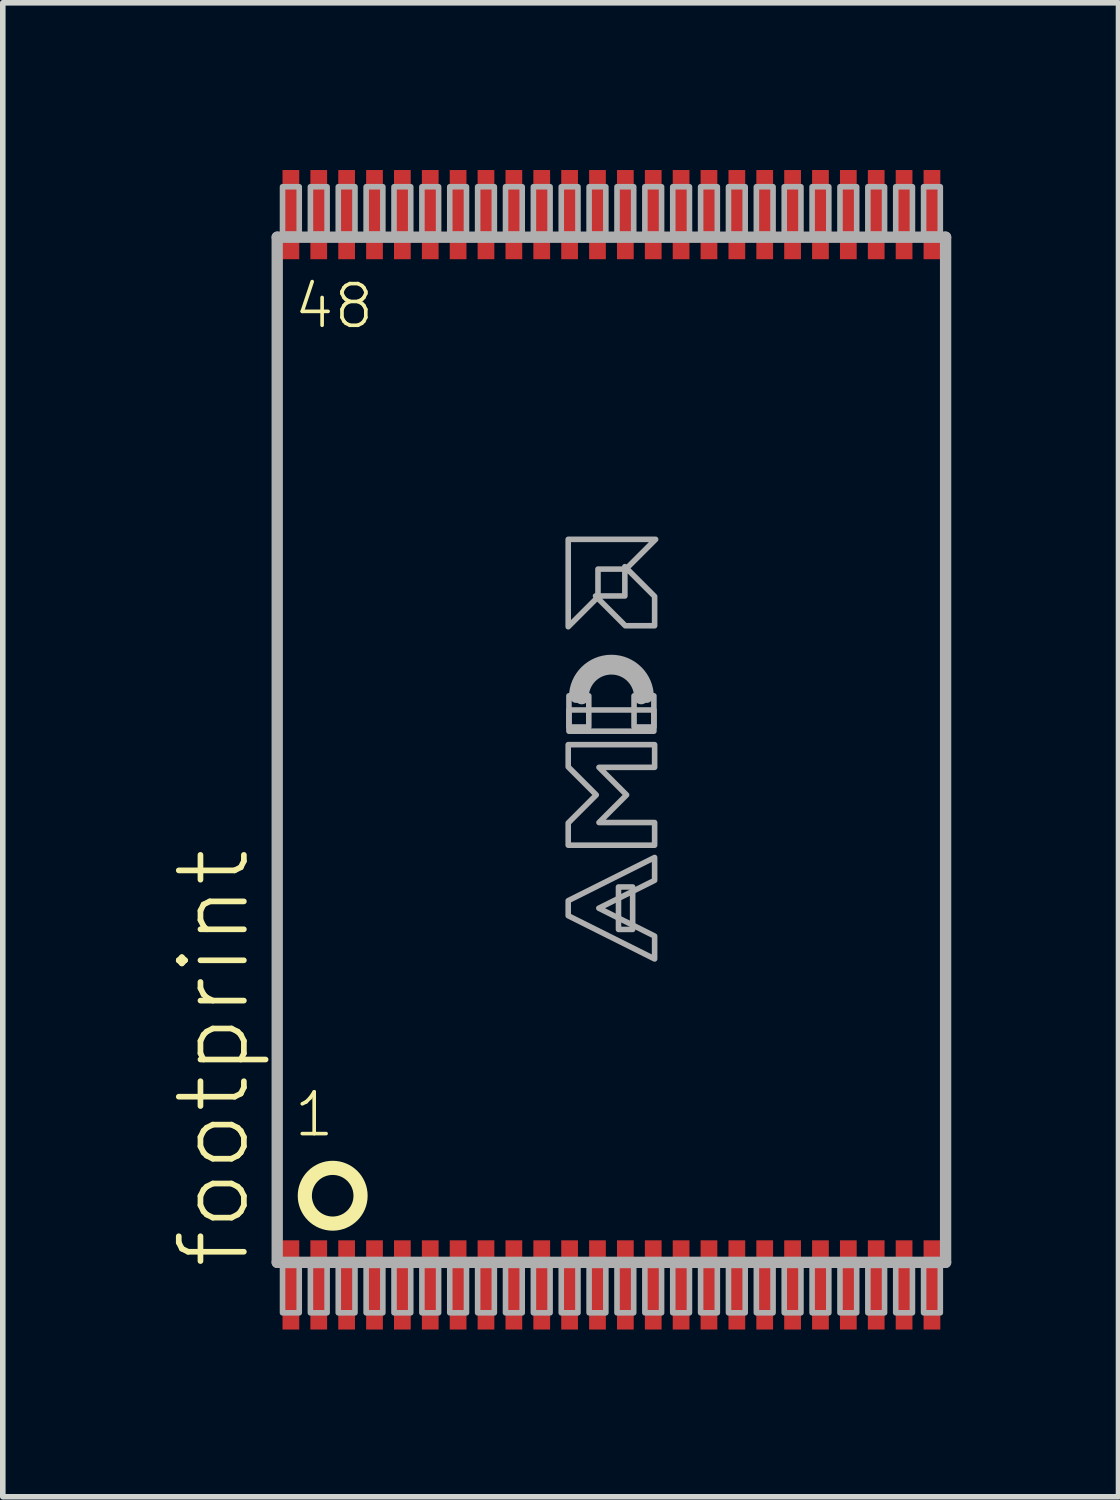
<source format=kicad_pcb>
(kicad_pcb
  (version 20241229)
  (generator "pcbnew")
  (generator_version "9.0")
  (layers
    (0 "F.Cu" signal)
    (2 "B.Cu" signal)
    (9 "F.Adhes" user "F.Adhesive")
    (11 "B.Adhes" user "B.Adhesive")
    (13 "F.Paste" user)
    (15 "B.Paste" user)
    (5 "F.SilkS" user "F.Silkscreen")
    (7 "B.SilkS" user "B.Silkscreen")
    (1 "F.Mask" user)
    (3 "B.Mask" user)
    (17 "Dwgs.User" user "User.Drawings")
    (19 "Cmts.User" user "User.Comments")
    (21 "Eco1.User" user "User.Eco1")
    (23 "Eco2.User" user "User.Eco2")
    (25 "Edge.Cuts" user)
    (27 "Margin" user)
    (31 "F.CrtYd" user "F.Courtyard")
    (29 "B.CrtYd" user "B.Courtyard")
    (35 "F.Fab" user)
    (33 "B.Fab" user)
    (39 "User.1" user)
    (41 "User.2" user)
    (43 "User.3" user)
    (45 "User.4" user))
  (footprint "footprint"
    (layer "F.Cu")
    (at 7.918 10.4)
    (property "Reference" "footprint" (at -6.445 9.35 90) (layer "F.SilkS") (effects (font (size 1.168 1.168) (thickness 0.102)) (justify left bottom)))
    (fp_circle (center -5 8) (end -4.5 8) (stroke (width 0.254) (type solid)) (fill no) (layer "F.SilkS"))
    (fp_line (start -5.995 -9.195) (end 5.995 -9.195) (stroke (width 0.203) (type solid)) (layer "F.Fab"))
    (fp_line (start -5.995 9.195) (end -5.995 -9.195) (stroke (width 0.203) (type solid)) (layer "F.Fab"))
    (fp_line (start 5.995 -9.195) (end 5.995 9.195) (stroke (width 0.203) (type solid)) (layer "F.Fab"))
    (fp_line (start 5.995 9.195) (end -5.995 9.195) (stroke (width 0.203) (type solid)) (layer "F.Fab"))
    (fp_arc (start -0.7366 -0.9426) (mid 0 -1.6792) (end 0.7366 -0.9426) (stroke (width 0.0508) (type solid)) (layer "F.Fab"))
    (fp_arc (start -0.635 -0.9426) (mid 0 -1.5776) (end 0.635 -0.9426) (stroke (width 0.2032) (type solid)) (layer "F.Fab"))
    (fp_arc (start -0.5334 -0.9426) (mid 0 -1.476) (end 0.5334 -0.9426) (stroke (width 0.254) (type solid)) (layer "F.Fab"))
    (fp_poly (pts (xy -5.9 -9.25) (xy -5.6 -9.25) (xy -5.6 -10.1) (xy -5.9 -10.1)) (stroke (width 0.1) (type solid)) (fill no) (layer "F.Fab"))
    (fp_poly (pts (xy -5.9 10.1) (xy -5.6 10.1) (xy -5.6 9.25) (xy -5.9 9.25)) (stroke (width 0.1) (type solid)) (fill no) (layer "F.Fab"))
    (fp_poly (pts (xy -5.4 -9.25) (xy -5.1 -9.25) (xy -5.1 -10.1) (xy -5.4 -10.1)) (stroke (width 0.1) (type solid)) (fill no) (layer "F.Fab"))
    (fp_poly (pts (xy -5.4 10.1) (xy -5.1 10.1) (xy -5.1 9.25) (xy -5.4 9.25)) (stroke (width 0.1) (type solid)) (fill no) (layer "F.Fab"))
    (fp_poly (pts (xy -4.9 -9.25) (xy -4.6 -9.25) (xy -4.6 -10.1) (xy -4.9 -10.1)) (stroke (width 0.1) (type solid)) (fill no) (layer "F.Fab"))
    (fp_poly (pts (xy -4.9 10.1) (xy -4.6 10.1) (xy -4.6 9.25) (xy -4.9 9.25)) (stroke (width 0.1) (type solid)) (fill no) (layer "F.Fab"))
    (fp_poly (pts (xy -4.4 -9.25) (xy -4.1 -9.25) (xy -4.1 -10.1) (xy -4.4 -10.1)) (stroke (width 0.1) (type solid)) (fill no) (layer "F.Fab"))
    (fp_poly (pts (xy -4.4 10.1) (xy -4.1 10.1) (xy -4.1 9.25) (xy -4.4 9.25)) (stroke (width 0.1) (type solid)) (fill no) (layer "F.Fab"))
    (fp_poly (pts (xy -3.9 -9.25) (xy -3.6 -9.25) (xy -3.6 -10.1) (xy -3.9 -10.1)) (stroke (width 0.1) (type solid)) (fill no) (layer "F.Fab"))
    (fp_poly (pts (xy -3.9 10.1) (xy -3.6 10.1) (xy -3.6 9.25) (xy -3.9 9.25)) (stroke (width 0.1) (type solid)) (fill no) (layer "F.Fab"))
    (fp_poly (pts (xy -3.4 -9.25) (xy -3.1 -9.25) (xy -3.1 -10.1) (xy -3.4 -10.1)) (stroke (width 0.1) (type solid)) (fill no) (layer "F.Fab"))
    (fp_poly (pts (xy -3.4 10.1) (xy -3.1 10.1) (xy -3.1 9.25) (xy -3.4 9.25)) (stroke (width 0.1) (type solid)) (fill no) (layer "F.Fab"))
    (fp_poly (pts (xy -2.9 -9.25) (xy -2.6 -9.25) (xy -2.6 -10.1) (xy -2.9 -10.1)) (stroke (width 0.1) (type solid)) (fill no) (layer "F.Fab"))
    (fp_poly (pts (xy -2.9 10.1) (xy -2.6 10.1) (xy -2.6 9.25) (xy -2.9 9.25)) (stroke (width 0.1) (type solid)) (fill no) (layer "F.Fab"))
    (fp_poly (pts (xy -2.4 -9.25) (xy -2.1 -9.25) (xy -2.1 -10.1) (xy -2.4 -10.1)) (stroke (width 0.1) (type solid)) (fill no) (layer "F.Fab"))
    (fp_poly (pts (xy -2.4 10.1) (xy -2.1 10.1) (xy -2.1 9.25) (xy -2.4 9.25)) (stroke (width 0.1) (type solid)) (fill no) (layer "F.Fab"))
    (fp_poly (pts (xy -1.9 -9.25) (xy -1.6 -9.25) (xy -1.6 -10.1) (xy -1.9 -10.1)) (stroke (width 0.1) (type solid)) (fill no) (layer "F.Fab"))
    (fp_poly (pts (xy -1.9 10.1) (xy -1.6 10.1) (xy -1.6 9.25) (xy -1.9 9.25)) (stroke (width 0.1) (type solid)) (fill no) (layer "F.Fab"))
    (fp_poly (pts (xy -1.4 -9.25) (xy -1.1 -9.25) (xy -1.1 -10.1) (xy -1.4 -10.1)) (stroke (width 0.1) (type solid)) (fill no) (layer "F.Fab"))
    (fp_poly (pts (xy -1.4 10.1) (xy -1.1 10.1) (xy -1.1 9.25) (xy -1.4 9.25)) (stroke (width 0.1) (type solid)) (fill no) (layer "F.Fab"))
    (fp_poly (pts (xy -0.9 -9.25) (xy -0.6 -9.25) (xy -0.6 -10.1) (xy -0.9 -10.1)) (stroke (width 0.1) (type solid)) (fill no) (layer "F.Fab"))
    (fp_poly (pts (xy -0.9 10.1) (xy -0.6 10.1) (xy -0.6 9.25) (xy -0.9 9.25)) (stroke (width 0.1) (type solid)) (fill no) (layer "F.Fab"))
    (fp_poly (pts (xy -0.762 -0.409) (xy -0.406 -0.409) (xy -0.406 -0.968) (xy -0.762 -0.968)) (stroke (width 0.1) (type solid)) (fill no) (layer "F.Fab"))
    (fp_poly (pts (xy -0.762 -0.333) (xy 0.762 -0.333) (xy 0.762 -0.714) (xy -0.762 -0.714)) (stroke (width 0.1) (type solid)) (fill no) (layer "F.Fab"))
    (fp_poly (pts (xy -0.4 -9.25) (xy -0.1 -9.25) (xy -0.1 -10.1) (xy -0.4 -10.1)) (stroke (width 0.1) (type solid)) (fill no) (layer "F.Fab"))
    (fp_poly (pts (xy -0.4 10.1) (xy -0.1 10.1) (xy -0.1 9.25) (xy -0.4 9.25)) (stroke (width 0.1) (type solid)) (fill no) (layer "F.Fab"))
    (fp_poly (pts (xy 0.1 -9.25) (xy 0.4 -9.25) (xy 0.4 -10.1) (xy 0.1 -10.1)) (stroke (width 0.1) (type solid)) (fill no) (layer "F.Fab"))
    (fp_poly (pts (xy 0.1 10.1) (xy 0.4 10.1) (xy 0.4 9.25) (xy 0.1 9.25)) (stroke (width 0.1) (type solid)) (fill no) (layer "F.Fab"))
    (fp_poly (pts (xy 0.127 3.223) (xy 0.381 3.223) (xy 0.381 2.461) (xy 0.127 2.461)) (stroke (width 0.1) (type solid)) (fill no) (layer "F.Fab"))
    (fp_poly (pts (xy 0.406 -0.409) (xy 0.762 -0.409) (xy 0.762 -0.968) (xy 0.406 -0.968)) (stroke (width 0.1) (type solid)) (fill no) (layer "F.Fab"))
    (fp_poly (pts (xy 0.6 -9.25) (xy 0.9 -9.25) (xy 0.9 -10.1) (xy 0.6 -10.1)) (stroke (width 0.1) (type solid)) (fill no) (layer "F.Fab"))
    (fp_poly (pts (xy 0.6 10.1) (xy 0.9 10.1) (xy 0.9 9.25) (xy 0.6 9.25)) (stroke (width 0.1) (type solid)) (fill no) (layer "F.Fab"))
    (fp_poly (pts (xy 1.1 -9.25) (xy 1.4 -9.25) (xy 1.4 -10.1) (xy 1.1 -10.1)) (stroke (width 0.1) (type solid)) (fill no) (layer "F.Fab"))
    (fp_poly (pts (xy 1.1 10.1) (xy 1.4 10.1) (xy 1.4 9.25) (xy 1.1 9.25)) (stroke (width 0.1) (type solid)) (fill no) (layer "F.Fab"))
    (fp_poly (pts (xy 1.6 -9.25) (xy 1.9 -9.25) (xy 1.9 -10.1) (xy 1.6 -10.1)) (stroke (width 0.1) (type solid)) (fill no) (layer "F.Fab"))
    (fp_poly (pts (xy 1.6 10.1) (xy 1.9 10.1) (xy 1.9 9.25) (xy 1.6 9.25)) (stroke (width 0.1) (type solid)) (fill no) (layer "F.Fab"))
    (fp_poly (pts (xy 2.1 -9.25) (xy 2.4 -9.25) (xy 2.4 -10.1) (xy 2.1 -10.1)) (stroke (width 0.1) (type solid)) (fill no) (layer "F.Fab"))
    (fp_poly (pts (xy 2.1 10.1) (xy 2.4 10.1) (xy 2.4 9.25) (xy 2.1 9.25)) (stroke (width 0.1) (type solid)) (fill no) (layer "F.Fab"))
    (fp_poly (pts (xy 2.6 -9.25) (xy 2.9 -9.25) (xy 2.9 -10.1) (xy 2.6 -10.1)) (stroke (width 0.1) (type solid)) (fill no) (layer "F.Fab"))
    (fp_poly (pts (xy 2.6 10.1) (xy 2.9 10.1) (xy 2.9 9.25) (xy 2.6 9.25)) (stroke (width 0.1) (type solid)) (fill no) (layer "F.Fab"))
    (fp_poly (pts (xy 3.1 -9.25) (xy 3.4 -9.25) (xy 3.4 -10.1) (xy 3.1 -10.1)) (stroke (width 0.1) (type solid)) (fill no) (layer "F.Fab"))
    (fp_poly (pts (xy 3.1 10.1) (xy 3.4 10.1) (xy 3.4 9.25) (xy 3.1 9.25)) (stroke (width 0.1) (type solid)) (fill no) (layer "F.Fab"))
    (fp_poly (pts (xy 3.6 -9.25) (xy 3.9 -9.25) (xy 3.9 -10.1) (xy 3.6 -10.1)) (stroke (width 0.1) (type solid)) (fill no) (layer "F.Fab"))
    (fp_poly (pts (xy 3.6 10.1) (xy 3.9 10.1) (xy 3.9 9.25) (xy 3.6 9.25)) (stroke (width 0.1) (type solid)) (fill no) (layer "F.Fab"))
    (fp_poly (pts (xy 4.1 -9.25) (xy 4.4 -9.25) (xy 4.4 -10.1) (xy 4.1 -10.1)) (stroke (width 0.1) (type solid)) (fill no) (layer "F.Fab"))
    (fp_poly (pts (xy 4.1 10.1) (xy 4.4 10.1) (xy 4.4 9.25) (xy 4.1 9.25)) (stroke (width 0.1) (type solid)) (fill no) (layer "F.Fab"))
    (fp_poly (pts (xy 4.6 -9.25) (xy 4.9 -9.25) (xy 4.9 -10.1) (xy 4.6 -10.1)) (stroke (width 0.1) (type solid)) (fill no) (layer "F.Fab"))
    (fp_poly (pts (xy 4.6 10.1) (xy 4.9 10.1) (xy 4.9 9.25) (xy 4.6 9.25)) (stroke (width 0.1) (type solid)) (fill no) (layer "F.Fab"))
    (fp_poly (pts (xy 5.1 -9.25) (xy 5.4 -9.25) (xy 5.4 -10.1) (xy 5.1 -10.1)) (stroke (width 0.1) (type solid)) (fill no) (layer "F.Fab"))
    (fp_poly (pts (xy 5.1 10.1) (xy 5.4 10.1) (xy 5.4 9.25) (xy 5.1 9.25)) (stroke (width 0.1) (type solid)) (fill no) (layer "F.Fab"))
    (fp_poly (pts (xy 5.6 -9.25) (xy 5.9 -9.25) (xy 5.9 -10.1) (xy 5.6 -10.1)) (stroke (width 0.1) (type solid)) (fill no) (layer "F.Fab"))
    (fp_poly (pts (xy 5.6 10.1) (xy 5.9 10.1) (xy 5.9 9.25) (xy 5.6 9.25)) (stroke (width 0.1) (type solid)) (fill no) (layer "F.Fab"))
    (fp_poly (pts (xy 0.259 -3.241) (xy -0.241 -3.241) (xy -0.241 -2.741) (xy -0.775 -2.207) (xy -0.775 -3.775) (xy 0.793 -3.775)) (stroke (width 0.1) (type solid)) (fill no) (layer "F.Fab"))
    (fp_poly (pts (xy 0.775 -2.751) (xy 0.775 -2.225) (xy 0.249 -2.225) (xy -0.285 -2.759) (xy 0.241 -2.759) (xy 0.241 -3.285)) (stroke (width 0.1) (type solid)) (fill no) (layer "F.Fab"))
    (fp_poly (pts (xy 0.775 2.342) (xy -0.226 2.842) (xy 0.775 3.342) (xy 0.775 3.752) (xy -0.775 2.977) (xy -0.775 2.707) (xy 0.775 1.932)) (stroke (width 0.1) (type solid)) (fill no) (layer "F.Fab"))
    (fp_poly (pts (xy 0.775 0.315) (xy -0.223 0.315) (xy 0.272 0.81) (xy -0.223 1.305) (xy 0.775 1.305) (xy 0.775 1.712) (xy -0.775 1.712) (xy -0.775 1.313) (xy -0.272 0.81) (xy -0.775 0.307) (xy -0.775 -0.092) (xy 0.775 -0.092)) (stroke (width 0.1) (type solid)) (fill no) (layer "F.Fab"))
    (fp_text user "48" (at -5.731 -7.52 0) (layer "F.SilkS") (effects (font (size 0.748 0.748) (thickness 0.065)) (justify left bottom)))
    (fp_text user "1" (at -5.731 6.98 0) (layer "F.SilkS") (effects (font (size 0.748 0.748) (thickness 0.065)) (justify left bottom)))
    (pad "1" smd rect (at -5.75 9.6) (size 0.3 1.6) (layers "F.Cu" "F.Mask" "F.Paste"))
    (pad "2" smd rect (at -5.25 9.6) (size 0.3 1.6) (layers "F.Cu" "F.Mask" "F.Paste"))
    (pad "3" smd rect (at -4.75 9.6) (size 0.3 1.6) (layers "F.Cu" "F.Mask" "F.Paste"))
    (pad "4" smd rect (at -4.25 9.6) (size 0.3 1.6) (layers "F.Cu" "F.Mask" "F.Paste"))
    (pad "5" smd rect (at -3.75 9.6) (size 0.3 1.6) (layers "F.Cu" "F.Mask" "F.Paste"))
    (pad "6" smd rect (at -3.25 9.6) (size 0.3 1.6) (layers "F.Cu" "F.Mask" "F.Paste"))
    (pad "7" smd rect (at -2.75 9.6) (size 0.3 1.6) (layers "F.Cu" "F.Mask" "F.Paste"))
    (pad "8" smd rect (at -2.25 9.6) (size 0.3 1.6) (layers "F.Cu" "F.Mask" "F.Paste"))
    (pad "9" smd rect (at -1.75 9.6) (size 0.3 1.6) (layers "F.Cu" "F.Mask" "F.Paste"))
    (pad "10" smd rect (at -1.25 9.6) (size 0.3 1.6) (layers "F.Cu" "F.Mask" "F.Paste"))
    (pad "11" smd rect (at -0.75 9.6) (size 0.3 1.6) (layers "F.Cu" "F.Mask" "F.Paste"))
    (pad "12" smd rect (at -0.25 9.6) (size 0.3 1.6) (layers "F.Cu" "F.Mask" "F.Paste"))
    (pad "13" smd rect (at 0.25 9.6) (size 0.3 1.6) (layers "F.Cu" "F.Mask" "F.Paste"))
    (pad "14" smd rect (at 0.75 9.6) (size 0.3 1.6) (layers "F.Cu" "F.Mask" "F.Paste"))
    (pad "15" smd rect (at 1.25 9.6) (size 0.3 1.6) (layers "F.Cu" "F.Mask" "F.Paste"))
    (pad "16" smd rect (at 1.75 9.6) (size 0.3 1.6) (layers "F.Cu" "F.Mask" "F.Paste"))
    (pad "17" smd rect (at 2.25 9.6) (size 0.3 1.6) (layers "F.Cu" "F.Mask" "F.Paste"))
    (pad "18" smd rect (at 2.75 9.6) (size 0.3 1.6) (layers "F.Cu" "F.Mask" "F.Paste"))
    (pad "19" smd rect (at 3.25 9.6) (size 0.3 1.6) (layers "F.Cu" "F.Mask" "F.Paste"))
    (pad "20" smd rect (at 3.75 9.6) (size 0.3 1.6) (layers "F.Cu" "F.Mask" "F.Paste"))
    (pad "21" smd rect (at 4.25 9.6) (size 0.3 1.6) (layers "F.Cu" "F.Mask" "F.Paste"))
    (pad "22" smd rect (at 4.75 9.6) (size 0.3 1.6) (layers "F.Cu" "F.Mask" "F.Paste"))
    (pad "23" smd rect (at 5.25 9.6) (size 0.3 1.6) (layers "F.Cu" "F.Mask" "F.Paste"))
    (pad "24" smd rect (at 5.75 9.6) (size 0.3 1.6) (layers "F.Cu" "F.Mask" "F.Paste"))
    (pad "25" smd rect (at 5.75 -9.6) (size 0.3 1.6) (layers "F.Cu" "F.Mask" "F.Paste"))
    (pad "26" smd rect (at 5.25 -9.6) (size 0.3 1.6) (layers "F.Cu" "F.Mask" "F.Paste"))
    (pad "27" smd rect (at 4.75 -9.6) (size 0.3 1.6) (layers "F.Cu" "F.Mask" "F.Paste"))
    (pad "28" smd rect (at 4.25 -9.6) (size 0.3 1.6) (layers "F.Cu" "F.Mask" "F.Paste"))
    (pad "29" smd rect (at 3.75 -9.6) (size 0.3 1.6) (layers "F.Cu" "F.Mask" "F.Paste"))
    (pad "30" smd rect (at 3.25 -9.6) (size 0.3 1.6) (layers "F.Cu" "F.Mask" "F.Paste"))
    (pad "31" smd rect (at 2.75 -9.6) (size 0.3 1.6) (layers "F.Cu" "F.Mask" "F.Paste"))
    (pad "32" smd rect (at 2.25 -9.6) (size 0.3 1.6) (layers "F.Cu" "F.Mask" "F.Paste"))
    (pad "33" smd rect (at 1.75 -9.6) (size 0.3 1.6) (layers "F.Cu" "F.Mask" "F.Paste"))
    (pad "34" smd rect (at 1.25 -9.6) (size 0.3 1.6) (layers "F.Cu" "F.Mask" "F.Paste"))
    (pad "35" smd rect (at 0.75 -9.6) (size 0.3 1.6) (layers "F.Cu" "F.Mask" "F.Paste"))
    (pad "36" smd rect (at 0.25 -9.6) (size 0.3 1.6) (layers "F.Cu" "F.Mask" "F.Paste"))
    (pad "37" smd rect (at -0.25 -9.6) (size 0.3 1.6) (layers "F.Cu" "F.Mask" "F.Paste"))
    (pad "38" smd rect (at -0.75 -9.6) (size 0.3 1.6) (layers "F.Cu" "F.Mask" "F.Paste"))
    (pad "39" smd rect (at -1.25 -9.6) (size 0.3 1.6) (layers "F.Cu" "F.Mask" "F.Paste"))
    (pad "40" smd rect (at -1.75 -9.6) (size 0.3 1.6) (layers "F.Cu" "F.Mask" "F.Paste"))
    (pad "41" smd rect (at -2.25 -9.6) (size 0.3 1.6) (layers "F.Cu" "F.Mask" "F.Paste"))
    (pad "42" smd rect (at -2.75 -9.6) (size 0.3 1.6) (layers "F.Cu" "F.Mask" "F.Paste"))
    (pad "43" smd rect (at -3.25 -9.6) (size 0.3 1.6) (layers "F.Cu" "F.Mask" "F.Paste"))
    (pad "44" smd rect (at -3.75 -9.6) (size 0.3 1.6) (layers "F.Cu" "F.Mask" "F.Paste"))
    (pad "45" smd rect (at -4.25 -9.6) (size 0.3 1.6) (layers "F.Cu" "F.Mask" "F.Paste"))
    (pad "46" smd rect (at -4.75 -9.6) (size 0.3 1.6) (layers "F.Cu" "F.Mask" "F.Paste"))
    (pad "47" smd rect (at -5.25 -9.6) (size 0.3 1.6) (layers "F.Cu" "F.Mask" "F.Paste"))
    (pad "48" smd rect (at -5.75 -9.6) (size 0.3 1.6) (layers "F.Cu" "F.Mask" "F.Paste")))
  (gr_rect
    (start -3 -3)
    (end 17.015 23.8)
    (stroke (width 0.1) (type default))
    (fill no)
    (layer "Edge.Cuts")))
</source>
